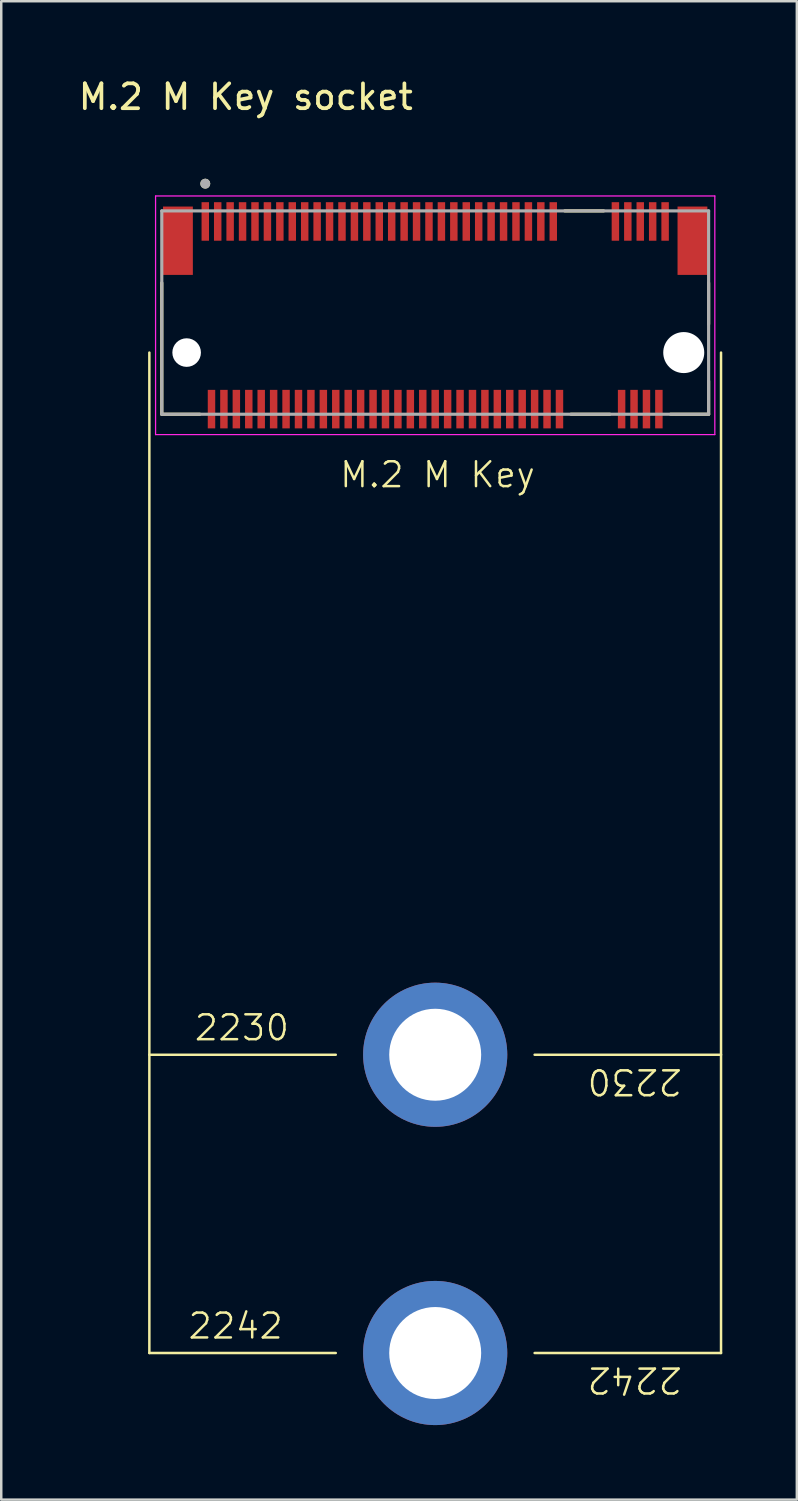
<source format=kicad_pcb>
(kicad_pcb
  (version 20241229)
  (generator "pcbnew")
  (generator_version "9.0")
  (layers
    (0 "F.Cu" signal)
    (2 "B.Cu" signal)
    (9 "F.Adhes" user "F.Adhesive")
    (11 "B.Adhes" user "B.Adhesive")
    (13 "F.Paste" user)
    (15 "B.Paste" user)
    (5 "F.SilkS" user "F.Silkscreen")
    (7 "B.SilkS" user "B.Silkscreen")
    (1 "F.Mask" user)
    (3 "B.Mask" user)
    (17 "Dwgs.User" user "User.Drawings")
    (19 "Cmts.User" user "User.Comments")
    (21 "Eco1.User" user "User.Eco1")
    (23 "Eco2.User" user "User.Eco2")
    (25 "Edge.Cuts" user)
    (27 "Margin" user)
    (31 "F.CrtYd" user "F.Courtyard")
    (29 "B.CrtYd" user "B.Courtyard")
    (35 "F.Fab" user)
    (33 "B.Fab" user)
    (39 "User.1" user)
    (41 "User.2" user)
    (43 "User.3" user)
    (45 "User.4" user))
  (footprint "M.2 M Key socket"
    (layer "F.Cu")
    (at 14.459 11.135)
    (property "Reference" "M.2 M Key socket" (at -7.62 -10.287 0) (layer "F.SilkS") (effects (font (size 1 1) (thickness 0.15))))
    (fp_line (start -11.5 0) (end -11.5 40.25) (stroke (width 0.1) (type default)) (layer "F.SilkS"))
    (fp_line (start -11.5 28.25) (end -4 28.25) (stroke (width 0.1) (type default)) (layer "F.SilkS"))
    (fp_line (start -11.5 40.25) (end -4 40.25) (stroke (width 0.1) (type default)) (layer "F.SilkS"))
    (fp_line (start -11 2.48) (end -11 -2.805) (stroke (width 0.127) (type solid)) (layer "F.SilkS"))
    (fp_line (start -9.47 2.48) (end -11 2.48) (stroke (width 0.127) (type solid)) (layer "F.SilkS"))
    (fp_line (start 4 28.25) (end 11.5 28.25) (stroke (width 0.1) (type default)) (layer "F.SilkS"))
    (fp_line (start 4 40.25) (end 11.5 40.25) (stroke (width 0.1) (type default)) (layer "F.SilkS"))
    (fp_line (start 5.213 -5.7) (end 6.777 -5.7) (stroke (width 0.127) (type solid)) (layer "F.SilkS"))
    (fp_line (start 5.463 2.48) (end 7.027 2.48) (stroke (width 0.127) (type solid)) (layer "F.SilkS"))
    (fp_line (start 11 -2.805) (end 11 -1.145) (stroke (width 0.127) (type solid)) (layer "F.SilkS"))
    (fp_line (start 11 2.48) (end 9.47 2.48) (stroke (width 0.127) (type solid)) (layer "F.SilkS"))
    (fp_line (start 11 2.48) (end 11 1.145) (stroke (width 0.127) (type solid)) (layer "F.SilkS"))
    (fp_line (start 11.5 40.25) (end 11.5 0) (stroke (width 0.1) (type default)) (layer "F.SilkS"))
    (fp_circle (center -9.25 -6.796) (end -9.15 -6.796) (stroke (width 0.2) (type solid)) (fill no) (layer "F.SilkS"))
    (fp_line (start -11.25 -6.3) (end -11.25 3.3) (stroke (width 0.05) (type solid)) (layer "F.CrtYd"))
    (fp_line (start -11.25 3.3) (end 11.25 3.3) (stroke (width 0.05) (type solid)) (layer "F.CrtYd"))
    (fp_line (start 11.25 -6.3) (end -11.25 -6.3) (stroke (width 0.05) (type solid)) (layer "F.CrtYd"))
    (fp_line (start 11.25 3.3) (end 11.25 -6.3) (stroke (width 0.05) (type solid)) (layer "F.CrtYd"))
    (fp_line (start -11 -5.7) (end 11 -5.7) (stroke (width 0.127) (type solid)) (layer "F.Fab"))
    (fp_line (start -11 2.48) (end -11 -5.7) (stroke (width 0.127) (type solid)) (layer "F.Fab"))
    (fp_line (start 11 -5.7) (end 11 2.48) (stroke (width 0.127) (type solid)) (layer "F.Fab"))
    (fp_line (start 11 2.48) (end -11 2.48) (stroke (width 0.127) (type solid)) (layer "F.Fab"))
    (fp_circle (center -9.25 -6.796) (end -9.15 -6.796) (stroke (width 0.2) (type solid)) (fill no) (layer "F.Fab"))
    (fp_text user "2230" (at 10 28.75 180) (unlocked yes) (layer "F.SilkS") (effects (font (size 1 1) (thickness 0.1)) (justify left bottom)))
    (fp_text user "2242" (at 10 40.75 180) (unlocked yes) (layer "F.SilkS") (effects (font (size 1 1) (thickness 0.1)) (justify left bottom)))
    (fp_text user "2242" (at -10 39.75 0) (unlocked yes) (layer "F.SilkS") (effects (font (size 1 1) (thickness 0.1)) (justify left bottom)))
    (fp_text user "2230" (at -9.75 27.75 0) (unlocked yes) (layer "F.SilkS") (effects (font (size 1 1) (thickness 0.1)) (justify left bottom)))
    (fp_text user "M.2 M Key" (at -3.9 5.5 0) (unlocked yes) (layer "F.SilkS") (effects (font (size 1 1) (thickness 0.1)) (justify left bottom)))
    (pad "" np_thru_hole circle (at -10 0) (size 1.15 1.15) (drill 1.15) (layers "*.Cu" "*.Mask"))
    (pad "" np_thru_hole circle (at 10 0) (size 1.65 1.65) (drill 1.65) (layers "*.Cu" "*.Mask"))
    (pad "1" smd rect (at -9.25 -5.275) (size 0.3 1.55) (layers "F.Cu" "F.Mask" "F.Paste"))
    (pad "2" smd rect (at -9 2.275) (size 0.3 1.55) (layers "F.Cu" "F.Mask" "F.Paste"))
    (pad "3" smd rect (at -8.75 -5.275) (size 0.3 1.55) (layers "F.Cu" "F.Mask" "F.Paste"))
    (pad "4" smd rect (at -8.5 2.275) (size 0.3 1.55) (layers "F.Cu" "F.Mask" "F.Paste"))
    (pad "5" smd rect (at -8.25 -5.275) (size 0.3 1.55) (layers "F.Cu" "F.Mask" "F.Paste"))
    (pad "6" smd rect (at -8 2.275) (size 0.3 1.55) (layers "F.Cu" "F.Mask" "F.Paste"))
    (pad "7" smd rect (at -7.75 -5.275) (size 0.3 1.55) (layers "F.Cu" "F.Mask" "F.Paste"))
    (pad "8" smd rect (at -7.5 2.275) (size 0.3 1.55) (layers "F.Cu" "F.Mask" "F.Paste"))
    (pad "9" smd rect (at -7.25 -5.275) (size 0.3 1.55) (layers "F.Cu" "F.Mask" "F.Paste"))
    (pad "10" smd rect (at -7 2.275) (size 0.3 1.55) (layers "F.Cu" "F.Mask" "F.Paste"))
    (pad "11" smd rect (at -6.75 -5.275) (size 0.3 1.55) (layers "F.Cu" "F.Mask" "F.Paste"))
    (pad "12" smd rect (at -6.5 2.275) (size 0.3 1.55) (layers "F.Cu" "F.Mask" "F.Paste"))
    (pad "13" smd rect (at -6.25 -5.275) (size 0.3 1.55) (layers "F.Cu" "F.Mask" "F.Paste"))
    (pad "14" smd rect (at -6 2.275) (size 0.3 1.55) (layers "F.Cu" "F.Mask" "F.Paste"))
    (pad "15" smd rect (at -5.75 -5.275) (size 0.3 1.55) (layers "F.Cu" "F.Mask" "F.Paste"))
    (pad "16" smd rect (at -5.5 2.275) (size 0.3 1.55) (layers "F.Cu" "F.Mask" "F.Paste"))
    (pad "17" smd rect (at -5.25 -5.275) (size 0.3 1.55) (layers "F.Cu" "F.Mask" "F.Paste"))
    (pad "18" smd rect (at -5 2.275) (size 0.3 1.55) (layers "F.Cu" "F.Mask" "F.Paste"))
    (pad "19" smd rect (at -4.75 -5.275) (size 0.3 1.55) (layers "F.Cu" "F.Mask" "F.Paste"))
    (pad "20" smd rect (at -4.5 2.275) (size 0.3 1.55) (layers "F.Cu" "F.Mask" "F.Paste"))
    (pad "21" smd rect (at -4.25 -5.275) (size 0.3 1.55) (layers "F.Cu" "F.Mask" "F.Paste"))
    (pad "22" smd rect (at -4 2.275) (size 0.3 1.55) (layers "F.Cu" "F.Mask" "F.Paste"))
    (pad "23" smd rect (at -3.75 -5.275) (size 0.3 1.55) (layers "F.Cu" "F.Mask" "F.Paste"))
    (pad "24" smd rect (at -3.5 2.275) (size 0.3 1.55) (layers "F.Cu" "F.Mask" "F.Paste"))
    (pad "25" smd rect (at -3.25 -5.275) (size 0.3 1.55) (layers "F.Cu" "F.Mask" "F.Paste"))
    (pad "26" smd rect (at -3 2.275) (size 0.3 1.55) (layers "F.Cu" "F.Mask" "F.Paste"))
    (pad "27" smd rect (at -2.75 -5.275) (size 0.3 1.55) (layers "F.Cu" "F.Mask" "F.Paste"))
    (pad "28" smd rect (at -2.5 2.275) (size 0.3 1.55) (layers "F.Cu" "F.Mask" "F.Paste"))
    (pad "29" smd rect (at -2.25 -5.275) (size 0.3 1.55) (layers "F.Cu" "F.Mask" "F.Paste"))
    (pad "30" smd rect (at -2 2.275) (size 0.3 1.55) (layers "F.Cu" "F.Mask" "F.Paste"))
    (pad "31" smd rect (at -1.75 -5.275) (size 0.3 1.55) (layers "F.Cu" "F.Mask" "F.Paste"))
    (pad "32" smd rect (at -1.5 2.275) (size 0.3 1.55) (layers "F.Cu" "F.Mask" "F.Paste"))
    (pad "33" smd rect (at -1.25 -5.275) (size 0.3 1.55) (layers "F.Cu" "F.Mask" "F.Paste"))
    (pad "34" smd rect (at -1 2.275) (size 0.3 1.55) (layers "F.Cu" "F.Mask" "F.Paste"))
    (pad "35" smd rect (at -0.75 -5.275) (size 0.3 1.55) (layers "F.Cu" "F.Mask" "F.Paste"))
    (pad "36" smd rect (at -0.5 2.275) (size 0.3 1.55) (layers "F.Cu" "F.Mask" "F.Paste"))
    (pad "37" smd rect (at -0.25 -5.275) (size 0.3 1.55) (layers "F.Cu" "F.Mask" "F.Paste"))
    (pad "38" smd rect (at 0 2.275) (size 0.3 1.55) (layers "F.Cu" "F.Mask" "F.Paste"))
    (pad "39" smd rect (at 0.25 -5.275) (size 0.3 1.55) (layers "F.Cu" "F.Mask" "F.Paste"))
    (pad "40" smd rect (at 0.5 2.275) (size 0.3 1.55) (layers "F.Cu" "F.Mask" "F.Paste"))
    (pad "41" smd rect (at 0.75 -5.275) (size 0.3 1.55) (layers "F.Cu" "F.Mask" "F.Paste"))
    (pad "42" smd rect (at 1 2.275) (size 0.3 1.55) (layers "F.Cu" "F.Mask" "F.Paste"))
    (pad "43" smd rect (at 1.25 -5.275) (size 0.3 1.55) (layers "F.Cu" "F.Mask" "F.Paste"))
    (pad "44" smd rect (at 1.5 2.275) (size 0.3 1.55) (layers "F.Cu" "F.Mask" "F.Paste"))
    (pad "45" smd rect (at 1.75 -5.275) (size 0.3 1.55) (layers "F.Cu" "F.Mask" "F.Paste"))
    (pad "46" smd rect (at 2 2.275) (size 0.3 1.55) (layers "F.Cu" "F.Mask" "F.Paste"))
    (pad "47" smd rect (at 2.25 -5.275) (size 0.3 1.55) (layers "F.Cu" "F.Mask" "F.Paste"))
    (pad "48" smd rect (at 2.5 2.275) (size 0.3 1.55) (layers "F.Cu" "F.Mask" "F.Paste"))
    (pad "49" smd rect (at 2.75 -5.275) (size 0.3 1.55) (layers "F.Cu" "F.Mask" "F.Paste"))
    (pad "50" smd rect (at 3 2.275) (size 0.3 1.55) (layers "F.Cu" "F.Mask" "F.Paste"))
    (pad "51" smd rect (at 3.25 -5.275) (size 0.3 1.55) (layers "F.Cu" "F.Mask" "F.Paste"))
    (pad "52" smd rect (at 3.5 2.275) (size 0.3 1.55) (layers "F.Cu" "F.Mask" "F.Paste"))
    (pad "53" smd rect (at 3.75 -5.275) (size 0.3 1.55) (layers "F.Cu" "F.Mask" "F.Paste"))
    (pad "54" smd rect (at 4 2.275) (size 0.3 1.55) (layers "F.Cu" "F.Mask" "F.Paste"))
    (pad "55" smd rect (at 4.25 -5.275) (size 0.3 1.55) (layers "F.Cu" "F.Mask" "F.Paste"))
    (pad "56" smd rect (at 4.5 2.275) (size 0.3 1.55) (layers "F.Cu" "F.Mask" "F.Paste"))
    (pad "57" smd rect (at 4.75 -5.275) (size 0.3 1.55) (layers "F.Cu" "F.Mask" "F.Paste"))
    (pad "58" smd rect (at 5 2.275) (size 0.3 1.55) (layers "F.Cu" "F.Mask" "F.Paste"))
    (pad "67" smd rect (at 7.25 -5.275) (size 0.3 1.55) (layers "F.Cu" "F.Mask" "F.Paste"))
    (pad "68" smd rect (at 7.5 2.275) (size 0.3 1.55) (layers "F.Cu" "F.Mask" "F.Paste"))
    (pad "69" smd rect (at 7.75 -5.275) (size 0.3 1.55) (layers "F.Cu" "F.Mask" "F.Paste"))
    (pad "70" smd rect (at 8 2.275) (size 0.3 1.55) (layers "F.Cu" "F.Mask" "F.Paste"))
    (pad "71" smd rect (at 8.25 -5.275) (size 0.3 1.55) (layers "F.Cu" "F.Mask" "F.Paste"))
    (pad "72" smd rect (at 8.5 2.275) (size 0.3 1.55) (layers "F.Cu" "F.Mask" "F.Paste"))
    (pad "73" smd rect (at 8.75 -5.275) (size 0.3 1.55) (layers "F.Cu" "F.Mask" "F.Paste"))
    (pad "74" smd rect (at 9 2.275) (size 0.3 1.55) (layers "F.Cu" "F.Mask" "F.Paste"))
    (pad "75" smd rect (at 9.25 -5.275) (size 0.3 1.55) (layers "F.Cu" "F.Mask" "F.Paste"))
    (pad "M1" thru_hole circle (at 0 28.25) (size 5.8 5.8) (drill 3.7) (layers "*.Cu" "*.Mask"))
    (pad "M2" thru_hole circle (at 0 40.25) (size 5.8 5.8) (drill 3.7) (layers "*.Cu" "*.Mask"))
    (pad "S1" smd rect (at -10.35 -4.5) (size 1.2 2.75) (layers "F.Cu" "F.Mask" "F.Paste"))
    (pad "S2" smd rect (at 10.35 -4.5) (size 1.2 2.75) (layers "F.Cu" "F.Mask" "F.Paste")))
  (gr_rect
    (start -3 -3)
    (end 29.009 57.285)
    (stroke (width 0.1) (type default))
    (fill no)
    (layer "Edge.Cuts")))
</source>
